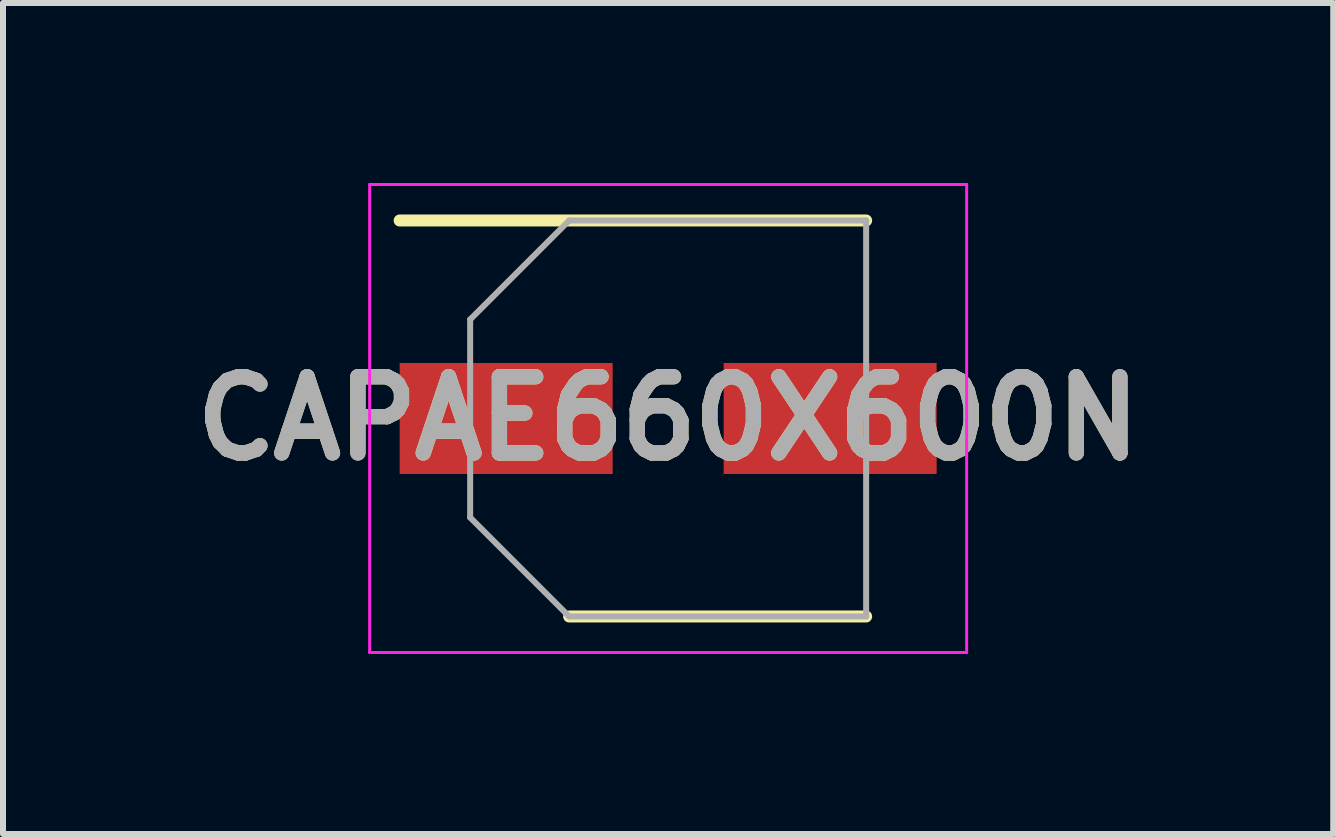
<source format=kicad_pcb>
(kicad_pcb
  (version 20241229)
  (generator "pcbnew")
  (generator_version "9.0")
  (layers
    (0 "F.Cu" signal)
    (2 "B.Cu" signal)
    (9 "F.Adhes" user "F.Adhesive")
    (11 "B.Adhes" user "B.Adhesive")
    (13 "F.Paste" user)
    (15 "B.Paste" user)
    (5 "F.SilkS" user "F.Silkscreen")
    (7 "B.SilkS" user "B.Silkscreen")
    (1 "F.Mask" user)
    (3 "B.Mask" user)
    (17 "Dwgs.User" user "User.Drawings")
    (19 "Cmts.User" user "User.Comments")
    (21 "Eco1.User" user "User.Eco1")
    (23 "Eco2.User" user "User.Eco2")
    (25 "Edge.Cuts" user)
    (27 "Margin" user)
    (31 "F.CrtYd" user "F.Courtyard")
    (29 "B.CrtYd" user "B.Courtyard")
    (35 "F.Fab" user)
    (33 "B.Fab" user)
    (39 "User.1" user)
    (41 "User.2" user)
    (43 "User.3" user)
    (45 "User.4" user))
  (footprint "CAPAE660X600N"
    (layer "F.Cu")
    (at 8.086 3.925)
    (property "Reference" "CAPAE660X600N" (at 0 0 0) (layer "F.SilkS") (effects (font (size 1.27 1.27) (thickness 0.254))))
    (attr smd)
    (fp_line (start -4.475 -3.3) (end 3.3 -3.3) (stroke (width 0.2) (type solid)) (layer "F.SilkS"))
    (fp_line (start -1.65 3.3) (end 3.3 3.3) (stroke (width 0.2) (type solid)) (layer "F.SilkS"))
    (fp_line (start -4.975 -3.9) (end 4.975 -3.9) (stroke (width 0.05) (type solid)) (layer "F.CrtYd"))
    (fp_line (start -4.975 3.9) (end -4.975 -3.9) (stroke (width 0.05) (type solid)) (layer "F.CrtYd"))
    (fp_line (start 4.975 -3.9) (end 4.975 3.9) (stroke (width 0.05) (type solid)) (layer "F.CrtYd"))
    (fp_line (start 4.975 3.9) (end -4.975 3.9) (stroke (width 0.05) (type solid)) (layer "F.CrtYd"))
    (fp_line (start -3.3 -1.65) (end -3.3 1.65) (stroke (width 0.1) (type solid)) (layer "F.Fab"))
    (fp_line (start -3.3 1.65) (end -1.65 3.3) (stroke (width 0.1) (type solid)) (layer "F.Fab"))
    (fp_line (start -1.65 -3.3) (end -3.3 -1.65) (stroke (width 0.1) (type solid)) (layer "F.Fab"))
    (fp_line (start -1.65 3.3) (end 3.3 3.3) (stroke (width 0.1) (type solid)) (layer "F.Fab"))
    (fp_line (start 3.3 -3.3) (end -1.65 -3.3) (stroke (width 0.1) (type solid)) (layer "F.Fab"))
    (fp_line (start 3.3 3.3) (end 3.3 -3.3) (stroke (width 0.1) (type solid)) (layer "F.Fab"))
    (fp_text user "${REFERENCE}" (at 0 0 0) (layer "F.Fab") (effects (font (size 1.27 1.27) (thickness 0.254))))
    (pad "1" smd rect (at -2.7 0 90) (size 1.85 3.55) (layers "F.Cu" "F.Mask" "F.Paste"))
    (pad "2" smd rect (at 2.7 0 90) (size 1.85 3.55) (layers "F.Cu" "F.Mask" "F.Paste")))
  (gr_rect
    (start -3 -3)
    (end 19.171 10.85)
    (stroke (width 0.1) (type default))
    (fill no)
    (layer "Edge.Cuts")))
</source>
